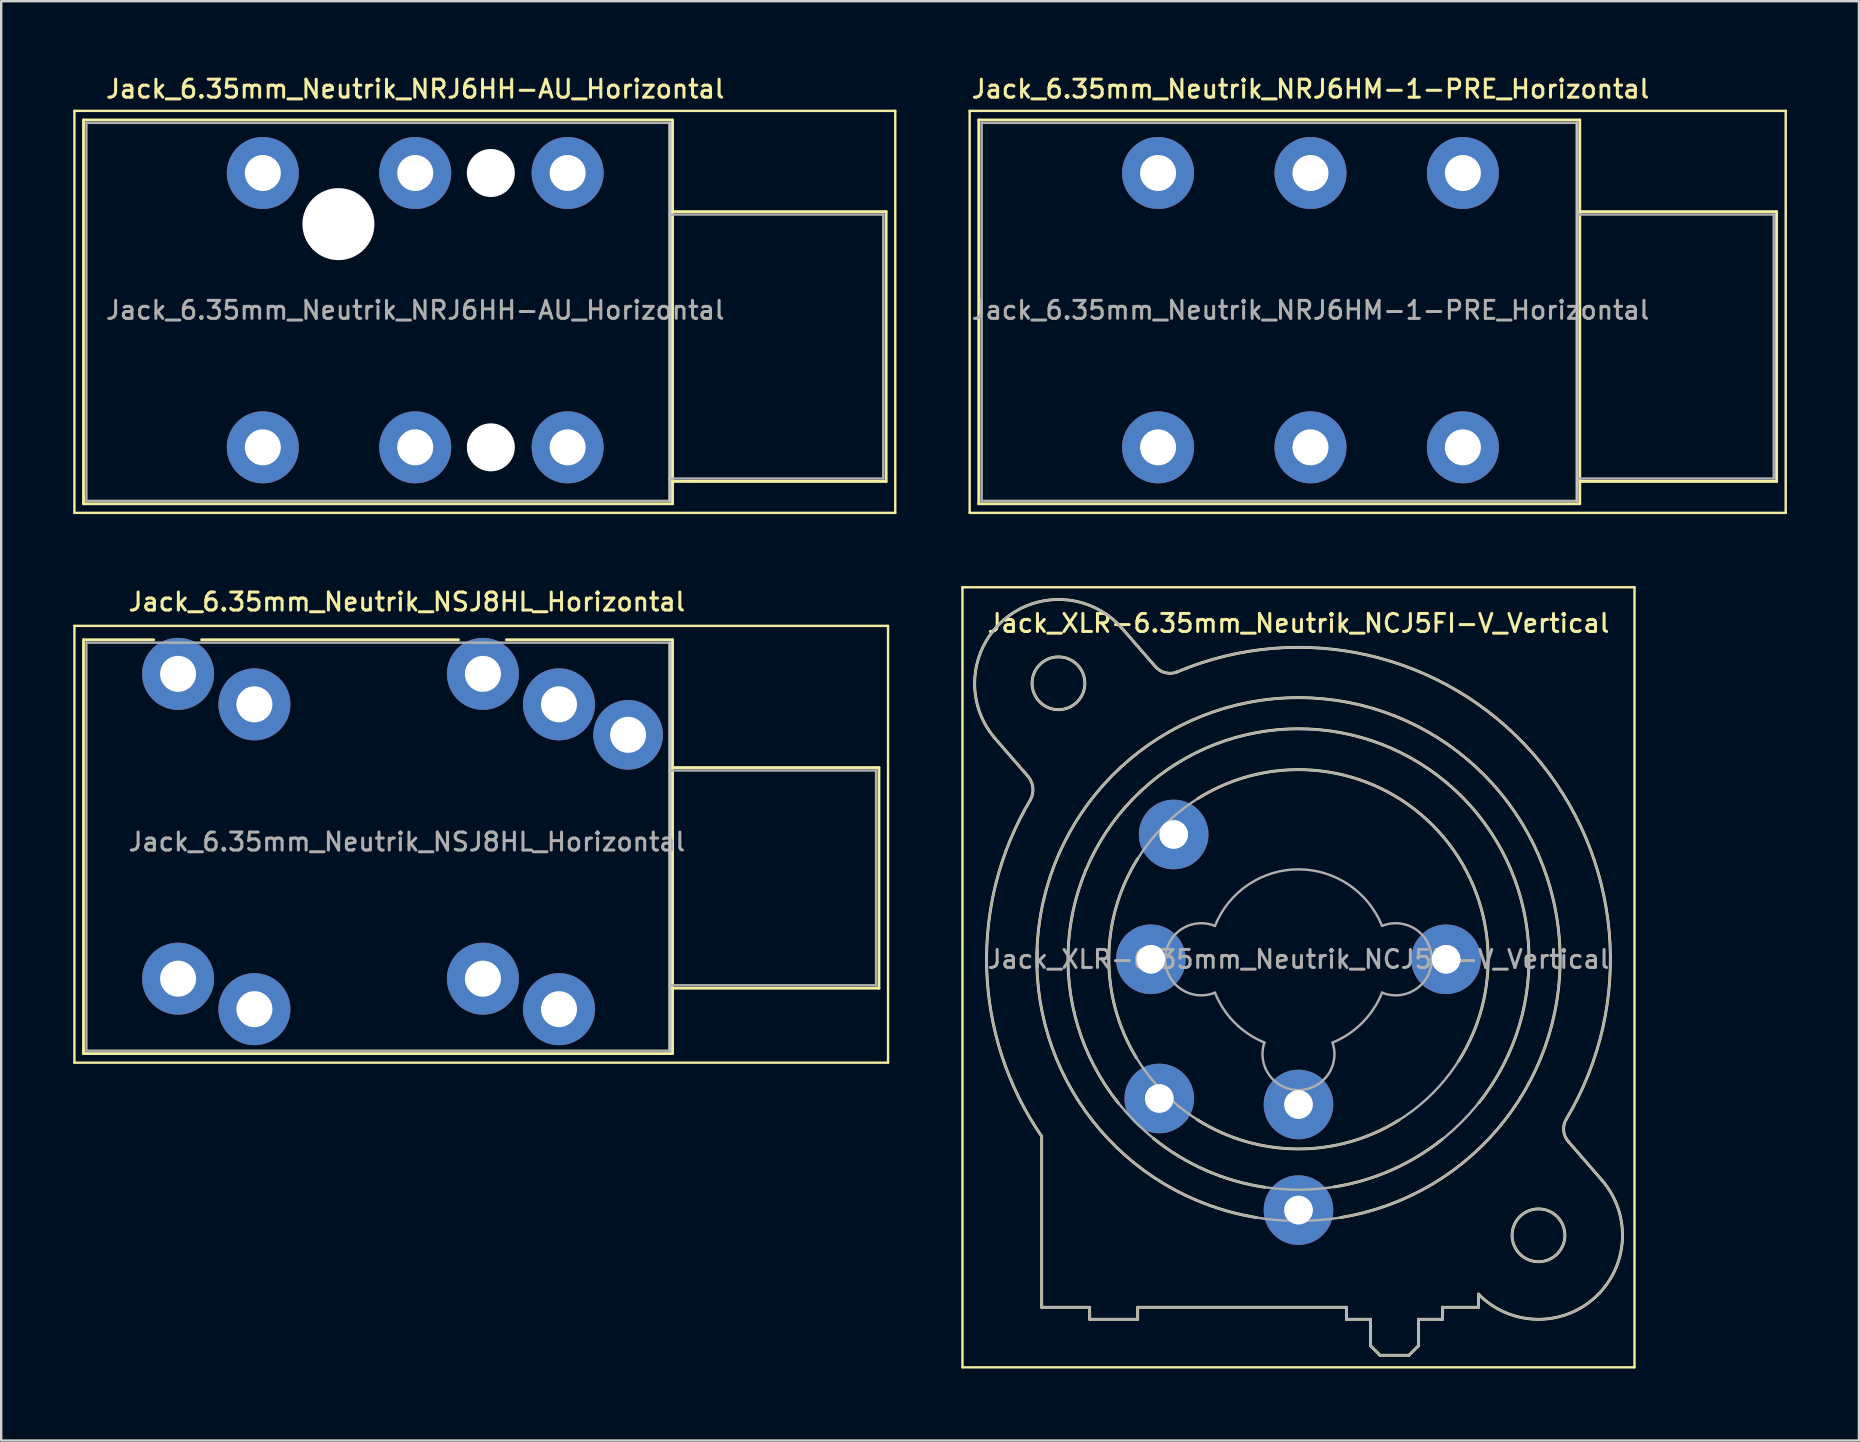
<source format=kicad_pcb>
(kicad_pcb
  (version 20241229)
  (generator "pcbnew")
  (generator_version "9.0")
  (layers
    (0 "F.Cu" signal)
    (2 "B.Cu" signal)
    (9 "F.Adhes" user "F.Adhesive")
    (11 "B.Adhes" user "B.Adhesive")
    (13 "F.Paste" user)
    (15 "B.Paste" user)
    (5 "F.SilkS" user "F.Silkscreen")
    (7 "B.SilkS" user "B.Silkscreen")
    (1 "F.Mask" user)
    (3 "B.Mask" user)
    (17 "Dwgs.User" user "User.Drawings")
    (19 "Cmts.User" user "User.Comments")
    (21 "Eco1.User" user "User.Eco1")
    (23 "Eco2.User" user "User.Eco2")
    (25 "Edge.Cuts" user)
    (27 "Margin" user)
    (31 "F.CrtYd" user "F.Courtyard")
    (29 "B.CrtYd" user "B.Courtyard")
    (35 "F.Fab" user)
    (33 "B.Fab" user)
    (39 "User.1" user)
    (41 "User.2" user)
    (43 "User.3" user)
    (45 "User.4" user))
  (footprint "Jack_6.35mm_Neutrik_NRJ6HM-1-PRE_Horizontal"
    (layer "F.Cu")
    (at 45.2 4.158)
    (property "Reference" "Jack_6.35mm_Neutrik_NRJ6HM-1-PRE_Horizontal" (at 6.35 -3.5 0) (layer "F.SilkS") (effects (font (size 0.75 0.75) (thickness 0.125))))
    (attr through_hole)
    (fp_line (start -7.85 14.16) (end -7.85 -2.59) (stroke (width 0.1) (type solid)) (layer "F.SilkS"))
    (fp_line (start -7.85 14.16) (end 26.15 14.16) (stroke (width 0.1) (type solid)) (layer "F.SilkS"))
    (fp_line (start -7.47 -2.21) (end 17.57 -2.21) (stroke (width 0.12) (type solid)) (layer "F.SilkS"))
    (fp_line (start -7.47 13.78) (end -7.47 -2.21) (stroke (width 0.12) (type solid)) (layer "F.SilkS"))
    (fp_line (start -7.47 13.78) (end 17.57 13.78) (stroke (width 0.12) (type solid)) (layer "F.SilkS"))
    (fp_line (start 17.57 -2.21) (end 17.57 13.78) (stroke (width 0.12) (type solid)) (layer "F.SilkS"))
    (fp_line (start 25.77 1.61) (end 17.57 1.61) (stroke (width 0.12) (type solid)) (layer "F.SilkS"))
    (fp_line (start 25.77 12.85) (end 17.57 12.85) (stroke (width 0.12) (type solid)) (layer "F.SilkS"))
    (fp_line (start 25.77 12.85) (end 25.77 1.61) (stroke (width 0.12) (type solid)) (layer "F.SilkS"))
    (fp_line (start 26.15 -2.59) (end -7.85 -2.59) (stroke (width 0.1) (type solid)) (layer "F.SilkS"))
    (fp_line (start 26.15 14.16) (end 26.15 -2.59) (stroke (width 0.1) (type solid)) (layer "F.SilkS"))
    (fp_line (start 17.45 -2.09) (end 17.45 13.66) (stroke (width 0.1) (type solid)) (layer "Dwgs.User"))
    (fp_line (start -7.35 -2.09) (end 17.45 -2.09) (stroke (width 0.1) (type solid)) (layer "F.Fab"))
    (fp_line (start -7.35 13.66) (end -7.35 -2.09) (stroke (width 0.1) (type solid)) (layer "F.Fab"))
    (fp_line (start 17.45 -2.09) (end 17.45 13.66) (stroke (width 0.1) (type solid)) (layer "F.Fab"))
    (fp_line (start 17.45 12.73) (end 25.65 12.73) (stroke (width 0.1) (type solid)) (layer "F.Fab"))
    (fp_line (start 17.45 13.66) (end -7.35 13.66) (stroke (width 0.1) (type solid)) (layer "F.Fab"))
    (fp_line (start 25.65 1.73) (end 17.45 1.73) (stroke (width 0.1) (type solid)) (layer "F.Fab"))
    (fp_line (start 25.65 12.73) (end 25.65 1.73) (stroke (width 0.1) (type solid)) (layer "F.Fab"))
    (fp_text user "${REFERENCE}" (at 6.35 5.715 0) (layer "F.Fab") (effects (font (size 0.75 0.75) (thickness 0.125))))
    (pad "R" thru_hole circle (at 6.35 0) (size 3 3) (drill 1.5) (layers "*.Cu" "*.Mask"))
    (pad "RN" thru_hole circle (at 6.35 11.43) (size 3 3) (drill 1.5) (layers "*.Cu" "*.Mask"))
    (pad "S" thru_hole circle (at 12.7 0) (size 3 3) (drill 1.5) (layers "*.Cu" "*.Mask"))
    (pad "S" thru_hole circle (at 12.7 11.43) (size 3 3) (drill 1.5) (layers "*.Cu" "*.Mask"))
    (pad "T" thru_hole circle (at 0 0) (size 3 3) (drill 1.5) (layers "*.Cu" "*.Mask"))
    (pad "TN" thru_hole circle (at 0 11.43) (size 3 3) (drill 1.5) (layers "*.Cu" "*.Mask")))
  (footprint "Jack_XLR-6.35mm_Neutrik_NCJ5FI-V_Vertical"
    (layer "F.Cu")
    (at 57.2 36.918)
    (property "Reference" "Jack_XLR-6.35mm_Neutrik_NCJ5FI-V_Vertical" (at -6.15 -14 0) (layer "F.SilkS") (effects (font (size 0.75 0.75) (thickness 0.125))))
    (attr through_hole)
    (fp_line (start -20.15 -15.5) (end 7.85 -15.5) (stroke (width 0.1) (type solid)) (layer "F.SilkS"))
    (fp_line (start -20.15 17) (end -20.15 -15.5) (stroke (width 0.1) (type solid)) (layer "F.SilkS"))
    (fp_line (start -17.4 -7.6) (end -18.79 -9.2) (stroke (width 0.12) (type solid)) (layer "F.SilkS"))
    (fp_line (start -16.85 14.5) (end -16.85 7.38) (stroke (width 0.12) (type solid)) (layer "F.SilkS"))
    (fp_line (start -14.85 14.5) (end -16.85 14.5) (stroke (width 0.12) (type solid)) (layer "F.SilkS"))
    (fp_line (start -14.85 14.5) (end -14.85 15) (stroke (width 0.12) (type solid)) (layer "F.SilkS"))
    (fp_line (start -13.51 -13.8) (end -12.11 -12.19) (stroke (width 0.12) (type solid)) (layer "F.SilkS"))
    (fp_line (start -12.85 14.5) (end -12.85 15) (stroke (width 0.12) (type solid)) (layer "F.SilkS"))
    (fp_line (start -12.85 15) (end -14.85 15) (stroke (width 0.12) (type solid)) (layer "F.SilkS"))
    (fp_line (start -4.15 14.5) (end -12.85 14.5) (stroke (width 0.12) (type solid)) (layer "F.SilkS"))
    (fp_line (start -4.15 14.5) (end -4.15 15) (stroke (width 0.12) (type solid)) (layer "F.SilkS"))
    (fp_line (start -3.15 15) (end -4.15 15) (stroke (width 0.12) (type solid)) (layer "F.SilkS"))
    (fp_line (start -3.15 15) (end -3.15 16.1) (stroke (width 0.12) (type solid)) (layer "F.SilkS"))
    (fp_line (start -3.15 16.1) (end -2.75 16.5) (stroke (width 0.12) (type solid)) (layer "F.SilkS"))
    (fp_line (start -1.55 16.5) (end -2.75 16.5) (stroke (width 0.12) (type solid)) (layer "F.SilkS"))
    (fp_line (start -1.15 15) (end -1.15 16.1) (stroke (width 0.12) (type solid)) (layer "F.SilkS"))
    (fp_line (start -1.15 16.1) (end -1.55 16.5) (stroke (width 0.12) (type solid)) (layer "F.SilkS"))
    (fp_line (start -0.15 14.5) (end -0.15 15) (stroke (width 0.12) (type solid)) (layer "F.SilkS"))
    (fp_line (start -0.15 15) (end -1.15 15) (stroke (width 0.12) (type solid)) (layer "F.SilkS"))
    (fp_line (start 1.35 13.95) (end 1.35 14.5) (stroke (width 0.12) (type solid)) (layer "F.SilkS"))
    (fp_line (start 1.35 14.5) (end -0.15 14.5) (stroke (width 0.12) (type solid)) (layer "F.SilkS"))
    (fp_line (start 5.1 7.6) (end 6.49 9.2) (stroke (width 0.12) (type solid)) (layer "F.SilkS"))
    (fp_line (start 7.85 -15.5) (end 7.85 17) (stroke (width 0.1) (type solid)) (layer "F.SilkS"))
    (fp_line (start 7.85 17) (end -20.15 17) (stroke (width 0.1) (type solid)) (layer "F.SilkS"))
    (fp_arc (start -18.79 -9.2) (mid -18.45 -14.14) (end -13.51 -13.8) (stroke (width 0.12) (type solid)) (layer "F.SilkS"))
    (fp_arc (start -17.400452 -7.59955) (mid -17.216295 -7.14315) (end -17.31 -6.66) (stroke (width 0.12) (type solid)) (layer "F.SilkS"))
    (fp_arc (start -16.851206 7.374645) (mid -19.139261 0.42462) (end -17.31 -6.66) (stroke (width 0.12) (type solid)) (layer "F.SilkS"))
    (fp_arc (start -13.65 6) (mid -6.168408 -9.604669) (end 1.372943 5.971208) (stroke (width 0.12) (type solid)) (layer "F.SilkS"))
    (fp_arc (start -12.9 4.11) (mid -14.052663 -0.0501) (end -12.847348 -4.195251) (stroke (width 0.12) (type solid)) (layer "F.SilkS"))
    (fp_arc (start -11.201352 -11.974349) (mid 3.655031 -8.530097) (end 5.01 6.66) (stroke (width 0.12) (type solid)) (layer "F.SilkS"))
    (fp_arc (start -11.177539 -11.981856) (mid -11.677484 -11.93489) (end -12.11 -12.19) (stroke (width 0.12) (type solid)) (layer "F.SilkS"))
    (fp_arc (start -10.34 -6.7) (mid -0.544787 -5.570251) (end 0.523653 4.231839) (stroke (width 0.12) (type solid)) (layer "F.SilkS"))
    (fp_arc (start -7.9 10.76) (mid -6.152346 -10.90138) (end -4.395368 10.759246) (stroke (width 0.12) (type solid)) (layer "F.SilkS"))
    (fp_arc (start -7.55 9.5) (mid -10.007174 8.793873) (end -12.190932 7.464391) (stroke (width 0.12) (type solid)) (layer "F.SilkS"))
    (fp_arc (start -1.96 6.7) (mid -6.167825 7.902264) (end -10.370184 6.681029) (stroke (width 0.12) (type solid)) (layer "F.SilkS"))
    (fp_arc (start -0.16 7.5) (mid -2.282236 8.784674) (end -4.662837 9.482534) (stroke (width 0.12) (type solid)) (layer "F.SilkS"))
    (fp_arc (start 5.109394 7.611661) (mid 4.900255 7.152483) (end 5.01 6.66) (stroke (width 0.12) (type solid)) (layer "F.SilkS"))
    (fp_arc (start 6.49 9.2) (mid 6.227307 14.070606) (end 1.351052 13.95252) (stroke (width 0.12) (type solid)) (layer "F.SilkS"))
    (fp_circle (center -16.15 -11.5) (end -15.05 -11.5) (stroke (width 0.12) (type solid)) (fill no) (layer "F.SilkS"))
    (fp_circle (center 3.85 11.5) (end 4.95 11.5) (stroke (width 0.12) (type solid)) (fill no) (layer "F.SilkS"))
    (fp_line (start -17.4 -7.6) (end -18.79 -9.2) (stroke (width 0.1) (type solid)) (layer "F.Fab"))
    (fp_line (start -16.85 14.5) (end -16.85 7.38) (stroke (width 0.1) (type solid)) (layer "F.Fab"))
    (fp_line (start -14.85 14.5) (end -16.85 14.5) (stroke (width 0.1) (type solid)) (layer "F.Fab"))
    (fp_line (start -14.85 14.5) (end -14.85 15) (stroke (width 0.1) (type solid)) (layer "F.Fab"))
    (fp_line (start -13.51 -13.8) (end -12.11 -12.19) (stroke (width 0.1) (type solid)) (layer "F.Fab"))
    (fp_line (start -12.85 14.5) (end -12.85 15) (stroke (width 0.1) (type solid)) (layer "F.Fab"))
    (fp_line (start -12.85 15) (end -14.85 15) (stroke (width 0.1) (type solid)) (layer "F.Fab"))
    (fp_line (start -4.15 14.5) (end -12.85 14.5) (stroke (width 0.1) (type solid)) (layer "F.Fab"))
    (fp_line (start -4.15 14.5) (end -4.15 15) (stroke (width 0.1) (type solid)) (layer "F.Fab"))
    (fp_line (start -3.15 15) (end -4.15 15) (stroke (width 0.1) (type solid)) (layer "F.Fab"))
    (fp_line (start -3.15 15) (end -3.15 16.1) (stroke (width 0.1) (type solid)) (layer "F.Fab"))
    (fp_line (start -3.15 16.1) (end -2.75 16.5) (stroke (width 0.1) (type solid)) (layer "F.Fab"))
    (fp_line (start -1.55 16.5) (end -2.75 16.5) (stroke (width 0.1) (type solid)) (layer "F.Fab"))
    (fp_line (start -1.15 15) (end -1.15 16.1) (stroke (width 0.1) (type solid)) (layer "F.Fab"))
    (fp_line (start -1.15 16.1) (end -1.55 16.5) (stroke (width 0.1) (type solid)) (layer "F.Fab"))
    (fp_line (start -0.15 14.5) (end -0.15 15) (stroke (width 0.1) (type solid)) (layer "F.Fab"))
    (fp_line (start -0.15 15) (end -1.15 15) (stroke (width 0.1) (type solid)) (layer "F.Fab"))
    (fp_line (start 1.35 13.95) (end 1.35 14.5) (stroke (width 0.1) (type solid)) (layer "F.Fab"))
    (fp_line (start 1.35 14.5) (end -0.15 14.5) (stroke (width 0.1) (type solid)) (layer "F.Fab"))
    (fp_line (start 5.1 7.6) (end 6.49 9.2) (stroke (width 0.1) (type solid)) (layer "F.Fab"))
    (fp_arc (start -18.79 -9.2) (mid -18.45 -14.14) (end -13.51 -13.8) (stroke (width 0.1) (type solid)) (layer "F.Fab"))
    (fp_arc (start -17.400452 -7.59955) (mid -17.216295 -7.14315) (end -17.31 -6.66) (stroke (width 0.1) (type solid)) (layer "F.Fab"))
    (fp_arc (start -16.851206 7.374645) (mid -19.139261 0.42462) (end -17.31 -6.66) (stroke (width 0.1) (type solid)) (layer "F.Fab"))
    (fp_arc (start -11.201352 -11.974349) (mid 3.655031 -8.530097) (end 5.01 6.66) (stroke (width 0.1) (type solid)) (layer "F.Fab"))
    (fp_arc (start -11.177539 -11.981856) (mid -11.677484 -11.93489) (end -12.11 -12.19) (stroke (width 0.1) (type solid)) (layer "F.Fab"))
    (fp_arc (start -9.634717 1.391925) (mid -11.702329 -0.002547) (end -9.63 -1.39) (stroke (width 0.1) (type solid)) (layer "F.Fab"))
    (fp_arc (start -9.631116 -1.387204) (mid -6.151505 -3.747333) (end -2.67 -1.39) (stroke (width 0.1) (type solid)) (layer "F.Fab"))
    (fp_arc (start -7.567529 3.468878) (mid -8.810241 2.639246) (end -9.63 1.39) (stroke (width 0.1) (type solid)) (layer "F.Fab"))
    (fp_arc (start -4.729599 3.471189) (mid -6.150627 5.448932) (end -7.57 3.47) (stroke (width 0.1) (type solid)) (layer "F.Fab"))
    (fp_arc (start -2.667476 1.389002) (mid -3.487046 2.639314) (end -4.73 3.47) (stroke (width 0.1) (type solid)) (layer "F.Fab"))
    (fp_arc (start -2.665283 -1.391925) (mid -0.597671 0.002547) (end -2.67 1.39) (stroke (width 0.1) (type solid)) (layer "F.Fab"))
    (fp_arc (start 5.109394 7.611661) (mid 4.900255 7.152483) (end 5.01 6.66) (stroke (width 0.1) (type solid)) (layer "F.Fab"))
    (fp_arc (start 6.49 9.2) (mid 6.227307 14.070606) (end 1.351052 13.95252) (stroke (width 0.1) (type solid)) (layer "F.Fab"))
    (fp_circle (center -16.15 -11.5) (end -15.05 -11.5) (stroke (width 0.1) (type solid)) (fill no) (layer "F.Fab"))
    (fp_circle (center -6.15 0) (end 1.75 0) (stroke (width 0.1) (type solid)) (fill no) (layer "F.Fab"))
    (fp_circle (center -6.15 0) (end 3.45 0) (stroke (width 0.1) (type solid)) (fill no) (layer "F.Fab"))
    (fp_circle (center -6.15 0) (end 4.75 0) (stroke (width 0.1) (type solid)) (fill no) (layer "F.Fab"))
    (fp_circle (center 3.85 11.5) (end 4.95 11.5) (stroke (width 0.1) (type solid)) (fill no) (layer "F.Fab"))
    (fp_text user "${REFERENCE}" (at -6.15 0 0) (layer "F.Fab") (effects (font (size 0.75 0.75) (thickness 0.125))))
    (pad "1" thru_hole circle (at 0 0) (size 2.9 2.9) (drill 1.2) (layers "*.Cu" "*.Mask"))
    (pad "2" thru_hole circle (at -12.3 0) (size 2.9 2.9) (drill 1.2) (layers "*.Cu" "*.Mask"))
    (pad "3" thru_hole circle (at -6.15 6.05) (size 2.9 2.9) (drill 1.2) (layers "*.Cu" "*.Mask"))
    (pad "G" thru_hole circle (at -6.15 10.45) (size 2.9 2.9) (drill 1.2) (layers "*.Cu" "*.Mask"))
    (pad "S" thru_hole circle (at -11.95 5.8) (size 2.9 2.9) (drill 1.2) (layers "*.Cu" "*.Mask"))
    (pad "T" thru_hole circle (at -11.35 -5.2) (size 2.9 2.9) (drill 1.2) (layers "*.Cu" "*.Mask")))
  (footprint "Jack_6.35mm_Neutrik_NRJ6HH-AU_Horizontal"
    (layer "F.Cu")
    (at 7.9 4.158)
    (property "Reference" "Jack_6.35mm_Neutrik_NRJ6HH-AU_Horizontal" (at 6.35 -3.5 0) (layer "F.SilkS") (effects (font (size 0.75 0.75) (thickness 0.125))))
    (attr through_hole)
    (fp_line (start -7.85 14.16) (end -7.85 -2.59) (stroke (width 0.1) (type solid)) (layer "F.SilkS"))
    (fp_line (start -7.85 14.16) (end 26.35 14.16) (stroke (width 0.1) (type solid)) (layer "F.SilkS"))
    (fp_line (start -7.47 -2.21) (end 17.07 -2.21) (stroke (width 0.12) (type solid)) (layer "F.SilkS"))
    (fp_line (start -7.47 13.78) (end -7.47 -2.21) (stroke (width 0.12) (type solid)) (layer "F.SilkS"))
    (fp_line (start -7.47 13.78) (end 17.07 13.78) (stroke (width 0.12) (type solid)) (layer "F.SilkS"))
    (fp_line (start 17.07 -2.21) (end 17.07 13.78) (stroke (width 0.12) (type solid)) (layer "F.SilkS"))
    (fp_line (start 25.97 1.61) (end 17.07 1.61) (stroke (width 0.12) (type solid)) (layer "F.SilkS"))
    (fp_line (start 25.97 12.85) (end 17.07 12.85) (stroke (width 0.12) (type solid)) (layer "F.SilkS"))
    (fp_line (start 25.97 12.85) (end 25.97 1.61) (stroke (width 0.12) (type solid)) (layer "F.SilkS"))
    (fp_line (start 26.35 -2.59) (end -7.85 -2.59) (stroke (width 0.1) (type solid)) (layer "F.SilkS"))
    (fp_line (start 26.35 14.16) (end 26.35 -2.59) (stroke (width 0.1) (type solid)) (layer "F.SilkS"))
    (fp_line (start 16.95 -2.09) (end 16.95 13.66) (stroke (width 0.1) (type solid)) (layer "Dwgs.User"))
    (fp_line (start -7.35 -2.09) (end 16.95 -2.09) (stroke (width 0.1) (type solid)) (layer "F.Fab"))
    (fp_line (start -7.35 13.66) (end -7.35 -2.09) (stroke (width 0.1) (type solid)) (layer "F.Fab"))
    (fp_line (start 16.95 -2.09) (end 16.95 13.66) (stroke (width 0.1) (type solid)) (layer "F.Fab"))
    (fp_line (start 16.95 12.73) (end 25.85 12.73) (stroke (width 0.1) (type solid)) (layer "F.Fab"))
    (fp_line (start 16.95 13.66) (end -7.35 13.66) (stroke (width 0.1) (type solid)) (layer "F.Fab"))
    (fp_line (start 25.85 1.73) (end 16.95 1.73) (stroke (width 0.1) (type solid)) (layer "F.Fab"))
    (fp_line (start 25.85 12.73) (end 25.85 1.73) (stroke (width 0.1) (type solid)) (layer "F.Fab"))
    (fp_text user "${REFERENCE}" (at 6.35 5.715 0) (layer "F.Fab") (effects (font (size 0.75 0.75) (thickness 0.125))))
    (pad "" np_thru_hole circle (at 3.15 2.13) (size 3 3) (drill 3) (layers "*.Cu" "*.Mask"))
    (pad "" np_thru_hole circle (at 9.5 0) (size 2 2) (drill 2) (layers "*.Cu" "*.Mask"))
    (pad "" np_thru_hole circle (at 9.5 11.43) (size 2 2) (drill 2) (layers "*.Cu" "*.Mask"))
    (pad "R" thru_hole circle (at 6.35 0) (size 3 3) (drill 1.5) (layers "*.Cu" "*.Mask"))
    (pad "RN" thru_hole circle (at 6.35 11.43) (size 3 3) (drill 1.5) (layers "*.Cu" "*.Mask"))
    (pad "S" thru_hole circle (at 12.7 0) (size 3 3) (drill 1.5) (layers "*.Cu" "*.Mask"))
    (pad "SN" thru_hole circle (at 12.7 11.43) (size 3 3) (drill 1.5) (layers "*.Cu" "*.Mask"))
    (pad "T" thru_hole circle (at 0 0) (size 3 3) (drill 1.5) (layers "*.Cu" "*.Mask"))
    (pad "TN" thru_hole circle (at 0 11.43) (size 3 3) (drill 1.5) (layers "*.Cu" "*.Mask")))
  (footprint "Jack_6.35mm_Neutrik_NSJ8HL_Horizontal"
    (layer "F.Cu")
    (at 4.37 25.026)
    (property "Reference" "Jack_6.35mm_Neutrik_NSJ8HL_Horizontal" (at 9.53 -3 0) (layer "F.SilkS") (effects (font (size 0.75 0.75) (thickness 0.125))))
    (attr through_hole)
    (fp_line (start -4.32 16.2) (end -4.32 -2) (stroke (width 0.1) (type solid)) (layer "F.SilkS"))
    (fp_line (start -4.32 16.2) (end 29.58 16.2) (stroke (width 0.1) (type solid)) (layer "F.SilkS"))
    (fp_line (start -3.94 -1.42) (end -1.02 -1.42) (stroke (width 0.12) (type solid)) (layer "F.SilkS"))
    (fp_line (start -3.94 15.82) (end -3.94 -1.42) (stroke (width 0.12) (type solid)) (layer "F.SilkS"))
    (fp_line (start -3.94 15.82) (end 20.6 15.82) (stroke (width 0.12) (type solid)) (layer "F.SilkS"))
    (fp_line (start 0.98 -1.42) (end 11.68 -1.42) (stroke (width 0.12) (type solid)) (layer "F.SilkS"))
    (fp_line (start 13.68 -1.42) (end 20.6 -1.42) (stroke (width 0.12) (type solid)) (layer "F.SilkS"))
    (fp_line (start 20.6 -1.42) (end 20.6 15.82) (stroke (width 0.12) (type solid)) (layer "F.SilkS"))
    (fp_line (start 29.2 3.905) (end 20.6 3.905) (stroke (width 0.12) (type solid)) (layer "F.SilkS"))
    (fp_line (start 29.2 13.095) (end 20.6 13.095) (stroke (width 0.12) (type solid)) (layer "F.SilkS"))
    (fp_line (start 29.2 13.095) (end 29.2 3.905) (stroke (width 0.12) (type solid)) (layer "F.SilkS"))
    (fp_line (start 29.58 -2) (end -4.32 -2) (stroke (width 0.1) (type solid)) (layer "F.SilkS"))
    (fp_line (start 29.58 16.2) (end 29.58 -2) (stroke (width 0.1) (type solid)) (layer "F.SilkS"))
    (fp_line (start 20.48 -1.3) (end 20.48 15.7) (stroke (width 0.1) (type solid)) (layer "Dwgs.User"))
    (fp_line (start -3.82 -1.3) (end 20.48 -1.3) (stroke (width 0.1) (type solid)) (layer "F.Fab"))
    (fp_line (start -3.82 15.7) (end -3.82 -1.3) (stroke (width 0.1) (type solid)) (layer "F.Fab"))
    (fp_line (start 20.48 -1.3) (end 20.48 15.7) (stroke (width 0.1) (type solid)) (layer "F.Fab"))
    (fp_line (start 20.48 12.975) (end 29.08 12.975) (stroke (width 0.1) (type solid)) (layer "F.Fab"))
    (fp_line (start 20.48 15.7) (end -3.82 15.7) (stroke (width 0.1) (type solid)) (layer "F.Fab"))
    (fp_line (start 29.08 4.025) (end 20.48 4.025) (stroke (width 0.1) (type solid)) (layer "F.Fab"))
    (fp_line (start 29.08 12.975) (end 29.08 4.025) (stroke (width 0.1) (type solid)) (layer "F.Fab"))
    (fp_text user "${REFERENCE}" (at 9.53 7 0) (layer "F.Fab") (effects (font (size 0.75 0.75) (thickness 0.125))))
    (pad "G" thru_hole circle (at 18.75 2.54) (size 2.9 2.9) (drill 1.5) (layers "*.Cu" "*.Mask"))
    (pad "S1" thru_hole circle (at 12.7 0) (size 3 3) (drill 1.5) (layers "*.Cu" "*.Mask"))
    (pad "S2" thru_hole circle (at 15.87 1.27) (size 3 3) (drill 1.5) (layers "*.Cu" "*.Mask"))
    (pad "SN1" thru_hole circle (at 12.7 12.7) (size 3 3) (drill 1.5) (layers "*.Cu" "*.Mask"))
    (pad "SN2" thru_hole circle (at 15.87 13.97) (size 3 3) (drill 1.5) (layers "*.Cu" "*.Mask"))
    (pad "T1" thru_hole circle (at 0 0) (size 3 3) (drill 1.5) (layers "*.Cu" "*.Mask"))
    (pad "T2" thru_hole circle (at 3.18 1.27) (size 3 3) (drill 1.5) (layers "*.Cu" "*.Mask"))
    (pad "TN1" thru_hole circle (at 0 12.7) (size 3 3) (drill 1.5) (layers "*.Cu" "*.Mask"))
    (pad "TN2" thru_hole circle (at 3.18 13.97) (size 3 3) (drill 1.5) (layers "*.Cu" "*.Mask")))
  (gr_rect
    (start -3 -3)
    (end 74.4 56.968)
    (stroke (width 0.1) (type default))
    (fill no)
    (layer "Edge.Cuts")))
</source>
